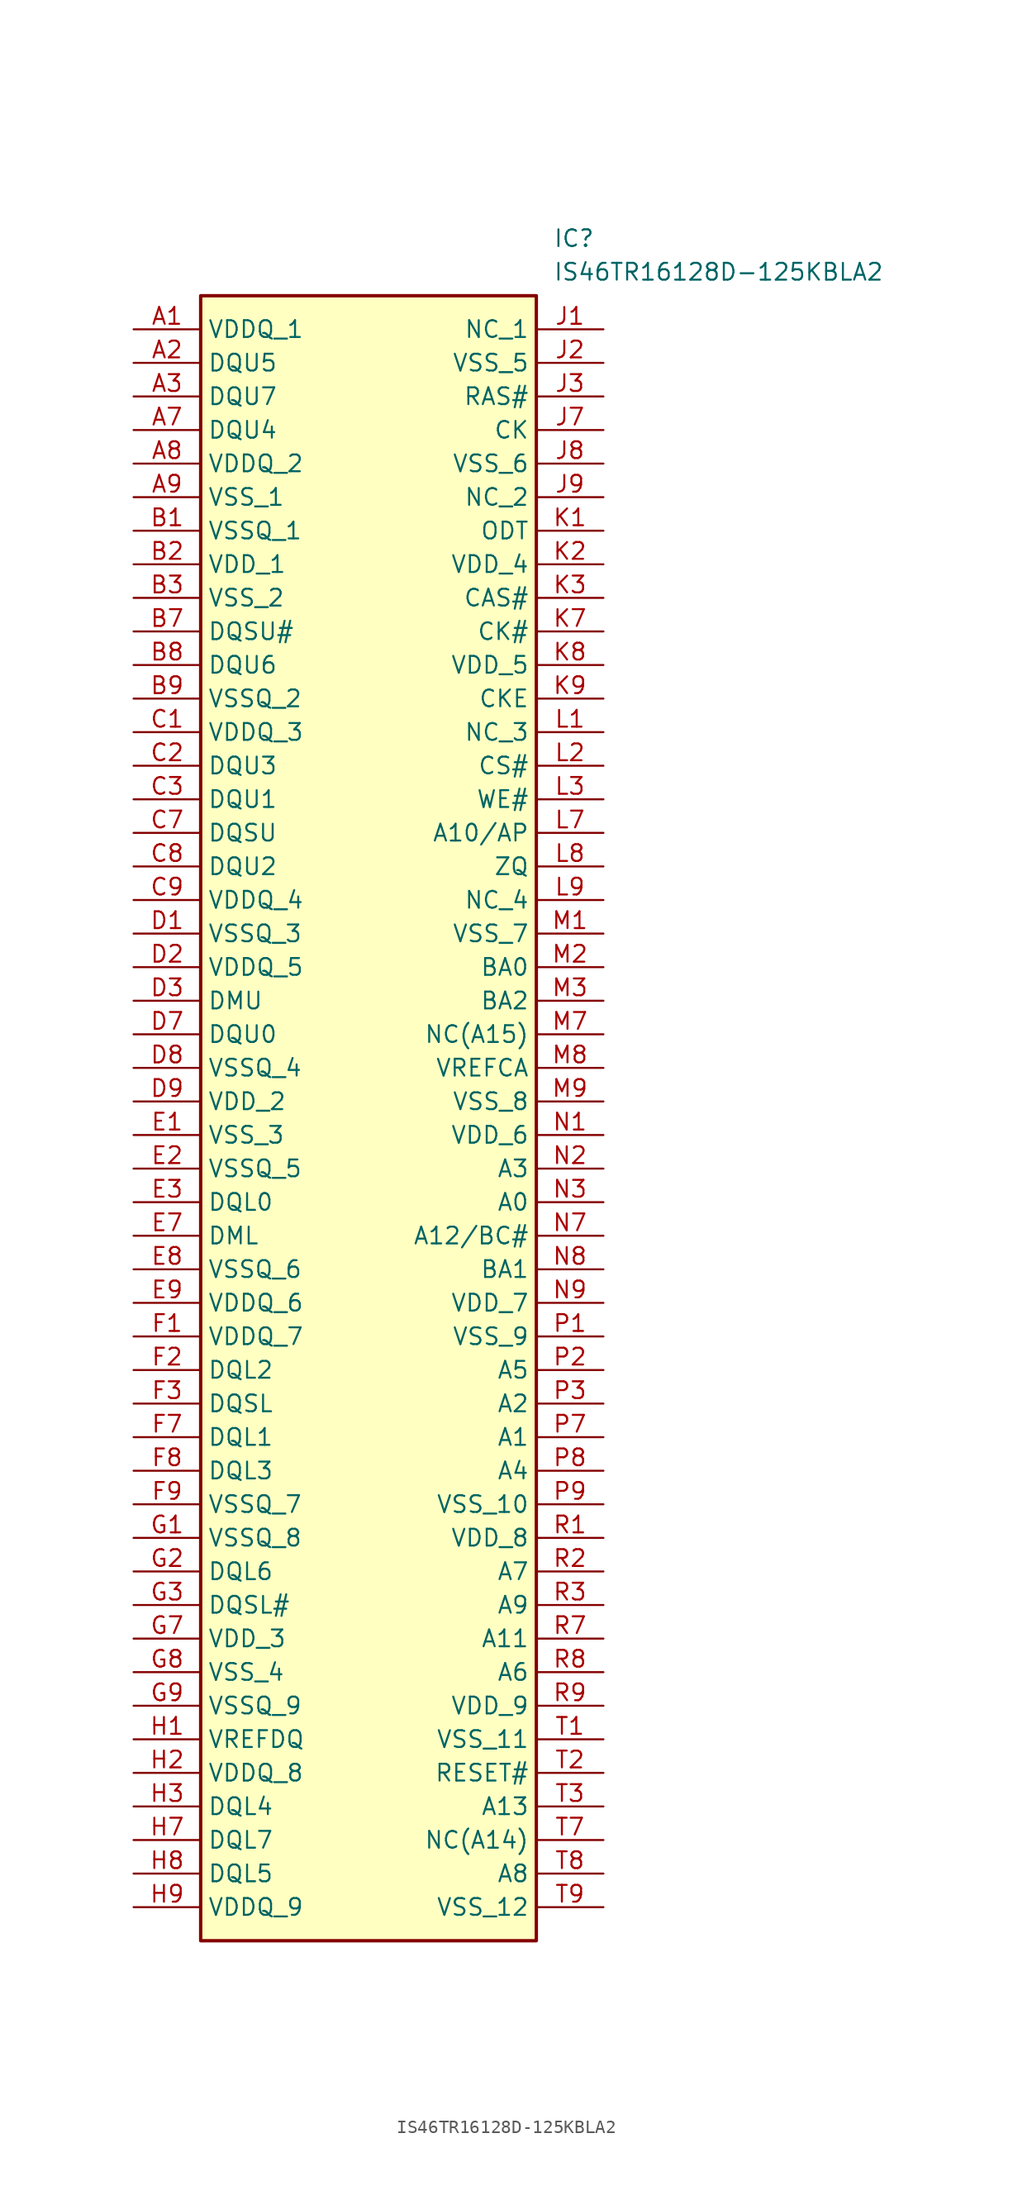
<source format=kicad_sym>
(kicad_symbol_lib
  (version 20220914)
  (generator kicad_symbol_editor)
  (symbol "IS46TR16128D-125KBLA2"
    (property "Reference" "IC"
      (at 31.75 7.62 0)
      (effects (font (size 1.27 1.27)) (justify left top)))
    (property "Value" "IS46TR16128D-125KBLA2"
      (at 31.75 5.08 0)
      (effects (font (size 1.27 1.27)) (justify left top)))
    (symbol "IS46TR16128D-125KBLA2_1_1"
      (rectangle (start 5.08 2.54) (end 30.48 -121.92) (stroke (width 0.254) (type default)) (fill (type background)))
      (pin passive line (at 0 0 0) (length 5.08) (name "VDDQ_1" (effects (font (size 1.27 1.27)))) (number "A1" (effects (font (size 1.27 1.27)))))
      (pin passive line (at 0 -2.54 0) (length 5.08) (name "DQU5" (effects (font (size 1.27 1.27)))) (number "A2" (effects (font (size 1.27 1.27)))))
      (pin passive line (at 0 -5.08 0) (length 5.08) (name "DQU7" (effects (font (size 1.27 1.27)))) (number "A3" (effects (font (size 1.27 1.27)))))
      (pin passive line (at 0 -7.62 0) (length 5.08) (name "DQU4" (effects (font (size 1.27 1.27)))) (number "A7" (effects (font (size 1.27 1.27)))))
      (pin passive line (at 0 -10.16 0) (length 5.08) (name "VDDQ_2" (effects (font (size 1.27 1.27)))) (number "A8" (effects (font (size 1.27 1.27)))))
      (pin passive line (at 0 -12.7 0) (length 5.08) (name "VSS_1" (effects (font (size 1.27 1.27)))) (number "A9" (effects (font (size 1.27 1.27)))))
      (pin passive line (at 0 -15.24 0) (length 5.08) (name "VSSQ_1" (effects (font (size 1.27 1.27)))) (number "B1" (effects (font (size 1.27 1.27)))))
      (pin passive line (at 0 -17.78 0) (length 5.08) (name "VDD_1" (effects (font (size 1.27 1.27)))) (number "B2" (effects (font (size 1.27 1.27)))))
      (pin passive line (at 0 -20.32 0) (length 5.08) (name "VSS_2" (effects (font (size 1.27 1.27)))) (number "B3" (effects (font (size 1.27 1.27)))))
      (pin passive line (at 0 -22.86 0) (length 5.08) (name "DQSU#" (effects (font (size 1.27 1.27)))) (number "B7" (effects (font (size 1.27 1.27)))))
      (pin passive line (at 0 -25.4 0) (length 5.08) (name "DQU6" (effects (font (size 1.27 1.27)))) (number "B8" (effects (font (size 1.27 1.27)))))
      (pin passive line (at 0 -27.94 0) (length 5.08) (name "VSSQ_2" (effects (font (size 1.27 1.27)))) (number "B9" (effects (font (size 1.27 1.27)))))
      (pin passive line (at 0 -30.48 0) (length 5.08) (name "VDDQ_3" (effects (font (size 1.27 1.27)))) (number "C1" (effects (font (size 1.27 1.27)))))
      (pin passive line (at 0 -33.02 0) (length 5.08) (name "DQU3" (effects (font (size 1.27 1.27)))) (number "C2" (effects (font (size 1.27 1.27)))))
      (pin passive line (at 0 -35.56 0) (length 5.08) (name "DQU1" (effects (font (size 1.27 1.27)))) (number "C3" (effects (font (size 1.27 1.27)))))
      (pin passive line (at 0 -38.1 0) (length 5.08) (name "DQSU" (effects (font (size 1.27 1.27)))) (number "C7" (effects (font (size 1.27 1.27)))))
      (pin passive line (at 0 -40.64 0) (length 5.08) (name "DQU2" (effects (font (size 1.27 1.27)))) (number "C8" (effects (font (size 1.27 1.27)))))
      (pin passive line (at 0 -43.18 0) (length 5.08) (name "VDDQ_4" (effects (font (size 1.27 1.27)))) (number "C9" (effects (font (size 1.27 1.27)))))
      (pin passive line (at 0 -45.72 0) (length 5.08) (name "VSSQ_3" (effects (font (size 1.27 1.27)))) (number "D1" (effects (font (size 1.27 1.27)))))
      (pin passive line (at 0 -48.26 0) (length 5.08) (name "VDDQ_5" (effects (font (size 1.27 1.27)))) (number "D2" (effects (font (size 1.27 1.27)))))
      (pin passive line (at 0 -50.8 0) (length 5.08) (name "DMU" (effects (font (size 1.27 1.27)))) (number "D3" (effects (font (size 1.27 1.27)))))
      (pin passive line (at 0 -53.34 0) (length 5.08) (name "DQU0" (effects (font (size 1.27 1.27)))) (number "D7" (effects (font (size 1.27 1.27)))))
      (pin passive line (at 0 -55.88 0) (length 5.08) (name "VSSQ_4" (effects (font (size 1.27 1.27)))) (number "D8" (effects (font (size 1.27 1.27)))))
      (pin passive line (at 0 -58.42 0) (length 5.08) (name "VDD_2" (effects (font (size 1.27 1.27)))) (number "D9" (effects (font (size 1.27 1.27)))))
      (pin passive line (at 0 -60.96 0) (length 5.08) (name "VSS_3" (effects (font (size 1.27 1.27)))) (number "E1" (effects (font (size 1.27 1.27)))))
      (pin passive line (at 0 -63.5 0) (length 5.08) (name "VSSQ_5" (effects (font (size 1.27 1.27)))) (number "E2" (effects (font (size 1.27 1.27)))))
      (pin passive line (at 0 -66.04 0) (length 5.08) (name "DQL0" (effects (font (size 1.27 1.27)))) (number "E3" (effects (font (size 1.27 1.27)))))
      (pin passive line (at 0 -68.58 0) (length 5.08) (name "DML" (effects (font (size 1.27 1.27)))) (number "E7" (effects (font (size 1.27 1.27)))))
      (pin passive line (at 0 -71.12 0) (length 5.08) (name "VSSQ_6" (effects (font (size 1.27 1.27)))) (number "E8" (effects (font (size 1.27 1.27)))))
      (pin passive line (at 0 -73.66 0) (length 5.08) (name "VDDQ_6" (effects (font (size 1.27 1.27)))) (number "E9" (effects (font (size 1.27 1.27)))))
      (pin passive line (at 0 -76.2 0) (length 5.08) (name "VDDQ_7" (effects (font (size 1.27 1.27)))) (number "F1" (effects (font (size 1.27 1.27)))))
      (pin passive line (at 0 -78.74 0) (length 5.08) (name "DQL2" (effects (font (size 1.27 1.27)))) (number "F2" (effects (font (size 1.27 1.27)))))
      (pin passive line (at 0 -81.28 0) (length 5.08) (name "DQSL" (effects (font (size 1.27 1.27)))) (number "F3" (effects (font (size 1.27 1.27)))))
      (pin passive line (at 0 -83.82 0) (length 5.08) (name "DQL1" (effects (font (size 1.27 1.27)))) (number "F7" (effects (font (size 1.27 1.27)))))
      (pin passive line (at 0 -86.36 0) (length 5.08) (name "DQL3" (effects (font (size 1.27 1.27)))) (number "F8" (effects (font (size 1.27 1.27)))))
      (pin passive line (at 0 -88.9 0) (length 5.08) (name "VSSQ_7" (effects (font (size 1.27 1.27)))) (number "F9" (effects (font (size 1.27 1.27)))))
      (pin passive line (at 0 -91.44 0) (length 5.08) (name "VSSQ_8" (effects (font (size 1.27 1.27)))) (number "G1" (effects (font (size 1.27 1.27)))))
      (pin passive line (at 0 -93.98 0) (length 5.08) (name "DQL6" (effects (font (size 1.27 1.27)))) (number "G2" (effects (font (size 1.27 1.27)))))
      (pin passive line (at 0 -96.52 0) (length 5.08) (name "DQSL#" (effects (font (size 1.27 1.27)))) (number "G3" (effects (font (size 1.27 1.27)))))
      (pin passive line (at 0 -99.06 0) (length 5.08) (name "VDD_3" (effects (font (size 1.27 1.27)))) (number "G7" (effects (font (size 1.27 1.27)))))
      (pin passive line (at 0 -101.6 0) (length 5.08) (name "VSS_4" (effects (font (size 1.27 1.27)))) (number "G8" (effects (font (size 1.27 1.27)))))
      (pin passive line (at 0 -104.14 0) (length 5.08) (name "VSSQ_9" (effects (font (size 1.27 1.27)))) (number "G9" (effects (font (size 1.27 1.27)))))
      (pin passive line (at 0 -106.68 0) (length 5.08) (name "VREFDQ" (effects (font (size 1.27 1.27)))) (number "H1" (effects (font (size 1.27 1.27)))))
      (pin passive line (at 0 -109.22 0) (length 5.08) (name "VDDQ_8" (effects (font (size 1.27 1.27)))) (number "H2" (effects (font (size 1.27 1.27)))))
      (pin passive line (at 0 -111.76 0) (length 5.08) (name "DQL4" (effects (font (size 1.27 1.27)))) (number "H3" (effects (font (size 1.27 1.27)))))
      (pin passive line (at 0 -114.3 0) (length 5.08) (name "DQL7" (effects (font (size 1.27 1.27)))) (number "H7" (effects (font (size 1.27 1.27)))))
      (pin passive line (at 0 -116.84 0) (length 5.08) (name "DQL5" (effects (font (size 1.27 1.27)))) (number "H8" (effects (font (size 1.27 1.27)))))
      (pin passive line (at 0 -119.38 0) (length 5.08) (name "VDDQ_9" (effects (font (size 1.27 1.27)))) (number "H9" (effects (font (size 1.27 1.27)))))
      (pin passive line (at 35.56 0 180) (length 5.08) (name "NC_1" (effects (font (size 1.27 1.27)))) (number "J1" (effects (font (size 1.27 1.27)))))
      (pin passive line (at 35.56 -2.54 180) (length 5.08) (name "VSS_5" (effects (font (size 1.27 1.27)))) (number "J2" (effects (font (size 1.27 1.27)))))
      (pin passive line (at 35.56 -5.08 180) (length 5.08) (name "RAS#" (effects (font (size 1.27 1.27)))) (number "J3" (effects (font (size 1.27 1.27)))))
      (pin passive line (at 35.56 -7.62 180) (length 5.08) (name "CK" (effects (font (size 1.27 1.27)))) (number "J7" (effects (font (size 1.27 1.27)))))
      (pin passive line (at 35.56 -10.16 180) (length 5.08) (name "VSS_6" (effects (font (size 1.27 1.27)))) (number "J8" (effects (font (size 1.27 1.27)))))
      (pin passive line (at 35.56 -12.7 180) (length 5.08) (name "NC_2" (effects (font (size 1.27 1.27)))) (number "J9" (effects (font (size 1.27 1.27)))))
      (pin passive line (at 35.56 -15.24 180) (length 5.08) (name "ODT" (effects (font (size 1.27 1.27)))) (number "K1" (effects (font (size 1.27 1.27)))))
      (pin passive line (at 35.56 -17.78 180) (length 5.08) (name "VDD_4" (effects (font (size 1.27 1.27)))) (number "K2" (effects (font (size 1.27 1.27)))))
      (pin passive line (at 35.56 -20.32 180) (length 5.08) (name "CAS#" (effects (font (size 1.27 1.27)))) (number "K3" (effects (font (size 1.27 1.27)))))
      (pin passive line (at 35.56 -22.86 180) (length 5.08) (name "CK#" (effects (font (size 1.27 1.27)))) (number "K7" (effects (font (size 1.27 1.27)))))
      (pin passive line (at 35.56 -25.4 180) (length 5.08) (name "VDD_5" (effects (font (size 1.27 1.27)))) (number "K8" (effects (font (size 1.27 1.27)))))
      (pin passive line (at 35.56 -27.94 180) (length 5.08) (name "CKE" (effects (font (size 1.27 1.27)))) (number "K9" (effects (font (size 1.27 1.27)))))
      (pin passive line (at 35.56 -30.48 180) (length 5.08) (name "NC_3" (effects (font (size 1.27 1.27)))) (number "L1" (effects (font (size 1.27 1.27)))))
      (pin passive line (at 35.56 -33.02 180) (length 5.08) (name "CS#" (effects (font (size 1.27 1.27)))) (number "L2" (effects (font (size 1.27 1.27)))))
      (pin passive line (at 35.56 -35.56 180) (length 5.08) (name "WE#" (effects (font (size 1.27 1.27)))) (number "L3" (effects (font (size 1.27 1.27)))))
      (pin passive line (at 35.56 -38.1 180) (length 5.08) (name "A10/AP" (effects (font (size 1.27 1.27)))) (number "L7" (effects (font (size 1.27 1.27)))))
      (pin passive line (at 35.56 -40.64 180) (length 5.08) (name "ZQ" (effects (font (size 1.27 1.27)))) (number "L8" (effects (font (size 1.27 1.27)))))
      (pin passive line (at 35.56 -43.18 180) (length 5.08) (name "NC_4" (effects (font (size 1.27 1.27)))) (number "L9" (effects (font (size 1.27 1.27)))))
      (pin passive line (at 35.56 -45.72 180) (length 5.08) (name "VSS_7" (effects (font (size 1.27 1.27)))) (number "M1" (effects (font (size 1.27 1.27)))))
      (pin passive line (at 35.56 -48.26 180) (length 5.08) (name "BA0" (effects (font (size 1.27 1.27)))) (number "M2" (effects (font (size 1.27 1.27)))))
      (pin passive line (at 35.56 -50.8 180) (length 5.08) (name "BA2" (effects (font (size 1.27 1.27)))) (number "M3" (effects (font (size 1.27 1.27)))))
      (pin passive line (at 35.56 -53.34 180) (length 5.08) (name "NC(A15)" (effects (font (size 1.27 1.27)))) (number "M7" (effects (font (size 1.27 1.27)))))
      (pin passive line (at 35.56 -55.88 180) (length 5.08) (name "VREFCA" (effects (font (size 1.27 1.27)))) (number "M8" (effects (font (size 1.27 1.27)))))
      (pin passive line (at 35.56 -58.42 180) (length 5.08) (name "VSS_8" (effects (font (size 1.27 1.27)))) (number "M9" (effects (font (size 1.27 1.27)))))
      (pin passive line (at 35.56 -60.96 180) (length 5.08) (name "VDD_6" (effects (font (size 1.27 1.27)))) (number "N1" (effects (font (size 1.27 1.27)))))
      (pin passive line (at 35.56 -63.5 180) (length 5.08) (name "A3" (effects (font (size 1.27 1.27)))) (number "N2" (effects (font (size 1.27 1.27)))))
      (pin passive line (at 35.56 -66.04 180) (length 5.08) (name "A0" (effects (font (size 1.27 1.27)))) (number "N3" (effects (font (size 1.27 1.27)))))
      (pin passive line (at 35.56 -68.58 180) (length 5.08) (name "A12/BC#" (effects (font (size 1.27 1.27)))) (number "N7" (effects (font (size 1.27 1.27)))))
      (pin passive line (at 35.56 -71.12 180) (length 5.08) (name "BA1" (effects (font (size 1.27 1.27)))) (number "N8" (effects (font (size 1.27 1.27)))))
      (pin passive line (at 35.56 -73.66 180) (length 5.08) (name "VDD_7" (effects (font (size 1.27 1.27)))) (number "N9" (effects (font (size 1.27 1.27)))))
      (pin passive line (at 35.56 -76.2 180) (length 5.08) (name "VSS_9" (effects (font (size 1.27 1.27)))) (number "P1" (effects (font (size 1.27 1.27)))))
      (pin passive line (at 35.56 -78.74 180) (length 5.08) (name "A5" (effects (font (size 1.27 1.27)))) (number "P2" (effects (font (size 1.27 1.27)))))
      (pin passive line (at 35.56 -81.28 180) (length 5.08) (name "A2" (effects (font (size 1.27 1.27)))) (number "P3" (effects (font (size 1.27 1.27)))))
      (pin passive line (at 35.56 -83.82 180) (length 5.08) (name "A1" (effects (font (size 1.27 1.27)))) (number "P7" (effects (font (size 1.27 1.27)))))
      (pin passive line (at 35.56 -86.36 180) (length 5.08) (name "A4" (effects (font (size 1.27 1.27)))) (number "P8" (effects (font (size 1.27 1.27)))))
      (pin passive line (at 35.56 -88.9 180) (length 5.08) (name "VSS_10" (effects (font (size 1.27 1.27)))) (number "P9" (effects (font (size 1.27 1.27)))))
      (pin passive line (at 35.56 -91.44 180) (length 5.08) (name "VDD_8" (effects (font (size 1.27 1.27)))) (number "R1" (effects (font (size 1.27 1.27)))))
      (pin passive line (at 35.56 -93.98 180) (length 5.08) (name "A7" (effects (font (size 1.27 1.27)))) (number "R2" (effects (font (size 1.27 1.27)))))
      (pin passive line (at 35.56 -96.52 180) (length 5.08) (name "A9" (effects (font (size 1.27 1.27)))) (number "R3" (effects (font (size 1.27 1.27)))))
      (pin passive line (at 35.56 -99.06 180) (length 5.08) (name "A11" (effects (font (size 1.27 1.27)))) (number "R7" (effects (font (size 1.27 1.27)))))
      (pin passive line (at 35.56 -101.6 180) (length 5.08) (name "A6" (effects (font (size 1.27 1.27)))) (number "R8" (effects (font (size 1.27 1.27)))))
      (pin passive line (at 35.56 -104.14 180) (length 5.08) (name "VDD_9" (effects (font (size 1.27 1.27)))) (number "R9" (effects (font (size 1.27 1.27)))))
      (pin passive line (at 35.56 -106.68 180) (length 5.08) (name "VSS_11" (effects (font (size 1.27 1.27)))) (number "T1" (effects (font (size 1.27 1.27)))))
      (pin passive line (at 35.56 -109.22 180) (length 5.08) (name "RESET#" (effects (font (size 1.27 1.27)))) (number "T2" (effects (font (size 1.27 1.27)))))
      (pin passive line (at 35.56 -111.76 180) (length 5.08) (name "A13" (effects (font (size 1.27 1.27)))) (number "T3" (effects (font (size 1.27 1.27)))))
      (pin passive line (at 35.56 -114.3 180) (length 5.08) (name "NC(A14)" (effects (font (size 1.27 1.27)))) (number "T7" (effects (font (size 1.27 1.27)))))
      (pin passive line (at 35.56 -116.84 180) (length 5.08) (name "A8" (effects (font (size 1.27 1.27)))) (number "T8" (effects (font (size 1.27 1.27)))))
      (pin passive line (at 35.56 -119.38 180) (length 5.08) (name "VSS_12" (effects (font (size 1.27 1.27)))) (number "T9" (effects (font (size 1.27 1.27))))))))
</source>
